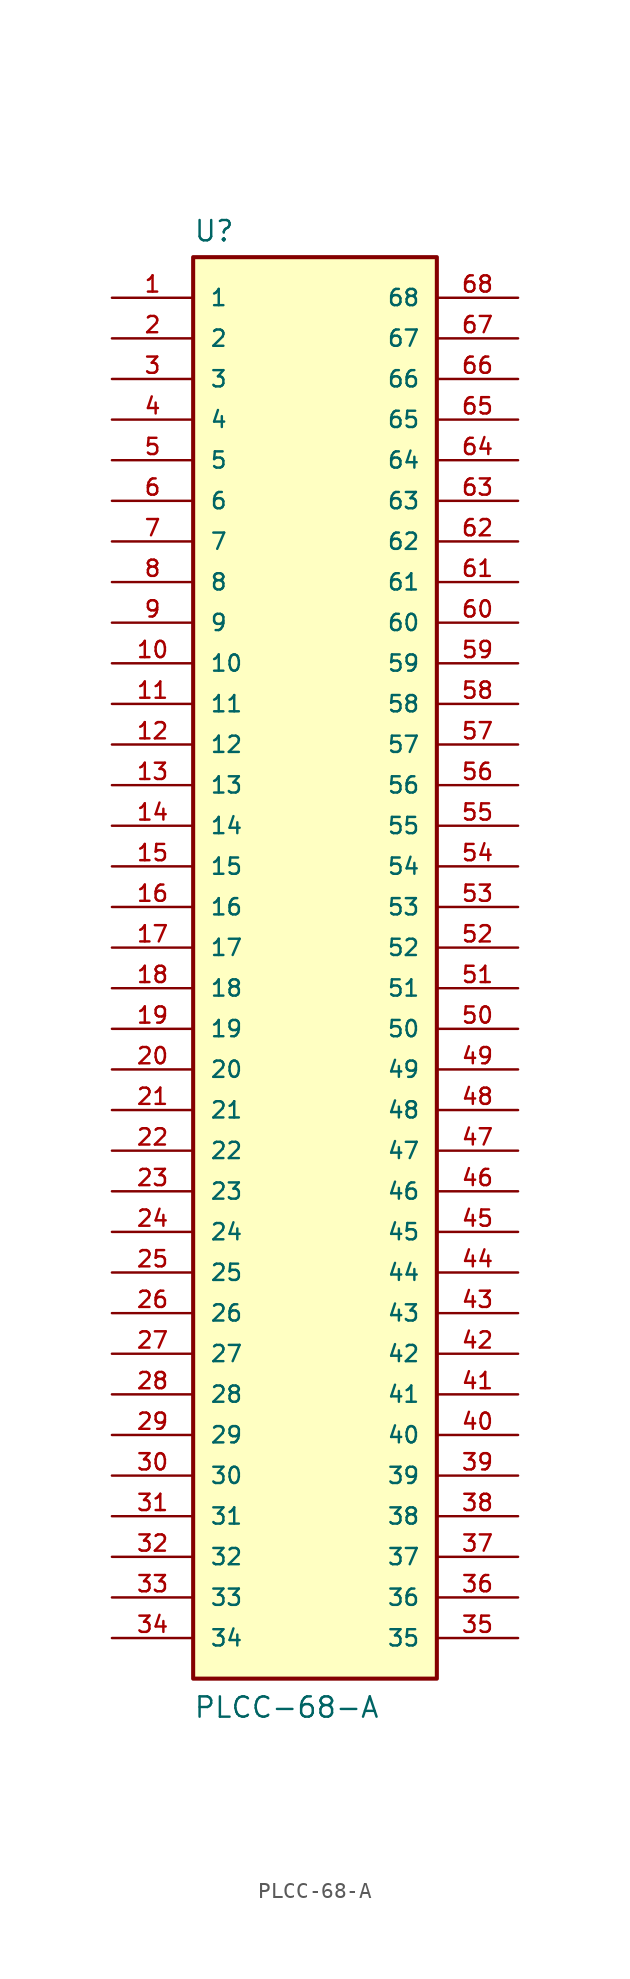
<source format=kicad_sym>
(kicad_symbol_lib
  (version 20211014)
  (generator kicad_symbol_editor)
  (symbol "PLCC-68-A"
    (pin_names
      (offset 1.016))
    (property "Reference" "U"
      (at -7.62 44.069 0)
      (effects (font (size 1.27 1.27)) (justify bottom left)))
    (property "Value" "PLCC-68-A"
      (at -7.62 -48.26 0)
      (effects (font (size 1.27 1.27)) (justify bottom left)))
    (symbol "PLCC-68-A_0_0"
      (rectangle (start -7.62 -45.72) (end 7.62 43.18) (stroke (width 0.254)) (fill (type background)))
      (pin passive line (at -12.7 40.64 0) (length 5.08) (name "1" (effects (font (size 1.016 1.016)))) (number "1" (effects (font (size 1.016 1.016)))))
      (pin passive line (at -12.7 35.56 0) (length 5.08) (name "3" (effects (font (size 1.016 1.016)))) (number "3" (effects (font (size 1.016 1.016)))))
      (pin passive line (at -12.7 30.48 0) (length 5.08) (name "5" (effects (font (size 1.016 1.016)))) (number "5" (effects (font (size 1.016 1.016)))))
      (pin passive line (at -12.7 25.4 0) (length 5.08) (name "7" (effects (font (size 1.016 1.016)))) (number "7" (effects (font (size 1.016 1.016)))))
      (pin passive line (at -12.7 20.32 0) (length 5.08) (name "9" (effects (font (size 1.016 1.016)))) (number "9" (effects (font (size 1.016 1.016)))))
      (pin passive line (at -12.7 15.24 0) (length 5.08) (name "11" (effects (font (size 1.016 1.016)))) (number "11" (effects (font (size 1.016 1.016)))))
      (pin passive line (at -12.7 10.16 0) (length 5.08) (name "13" (effects (font (size 1.016 1.016)))) (number "13" (effects (font (size 1.016 1.016)))))
      (pin passive line (at -12.7 5.08 0) (length 5.08) (name "15" (effects (font (size 1.016 1.016)))) (number "15" (effects (font (size 1.016 1.016)))))
      (pin passive line (at -12.7 0.0 0) (length 5.08) (name "17" (effects (font (size 1.016 1.016)))) (number "17" (effects (font (size 1.016 1.016)))))
      (pin passive line (at -12.7 -5.08 0) (length 5.08) (name "19" (effects (font (size 1.016 1.016)))) (number "19" (effects (font (size 1.016 1.016)))))
      (pin passive line (at -12.7 -10.16 0) (length 5.08) (name "21" (effects (font (size 1.016 1.016)))) (number "21" (effects (font (size 1.016 1.016)))))
      (pin passive line (at -12.7 -15.24 0) (length 5.08) (name "23" (effects (font (size 1.016 1.016)))) (number "23" (effects (font (size 1.016 1.016)))))
      (pin passive line (at -12.7 -20.32 0) (length 5.08) (name "25" (effects (font (size 1.016 1.016)))) (number "25" (effects (font (size 1.016 1.016)))))
      (pin passive line (at -12.7 -25.4 0) (length 5.08) (name "27" (effects (font (size 1.016 1.016)))) (number "27" (effects (font (size 1.016 1.016)))))
      (pin passive line (at -12.7 -30.48 0) (length 5.08) (name "29" (effects (font (size 1.016 1.016)))) (number "29" (effects (font (size 1.016 1.016)))))
      (pin passive line (at -12.7 -35.56 0) (length 5.08) (name "31" (effects (font (size 1.016 1.016)))) (number "31" (effects (font (size 1.016 1.016)))))
      (pin passive line (at -12.7 -40.64 0) (length 5.08) (name "33" (effects (font (size 1.016 1.016)))) (number "33" (effects (font (size 1.016 1.016)))))
      (pin passive line (at 12.7 -43.18 180.0) (length 5.08) (name "35" (effects (font (size 1.016 1.016)))) (number "35" (effects (font (size 1.016 1.016)))))
      (pin passive line (at 12.7 -38.1 180.0) (length 5.08) (name "37" (effects (font (size 1.016 1.016)))) (number "37" (effects (font (size 1.016 1.016)))))
      (pin passive line (at 12.7 -33.02 180.0) (length 5.08) (name "39" (effects (font (size 1.016 1.016)))) (number "39" (effects (font (size 1.016 1.016)))))
      (pin passive line (at 12.7 -27.94 180.0) (length 5.08) (name "41" (effects (font (size 1.016 1.016)))) (number "41" (effects (font (size 1.016 1.016)))))
      (pin passive line (at 12.7 -22.86 180.0) (length 5.08) (name "43" (effects (font (size 1.016 1.016)))) (number "43" (effects (font (size 1.016 1.016)))))
      (pin passive line (at 12.7 -17.78 180.0) (length 5.08) (name "45" (effects (font (size 1.016 1.016)))) (number "45" (effects (font (size 1.016 1.016)))))
      (pin passive line (at 12.7 -12.7 180.0) (length 5.08) (name "47" (effects (font (size 1.016 1.016)))) (number "47" (effects (font (size 1.016 1.016)))))
      (pin passive line (at 12.7 -7.62 180.0) (length 5.08) (name "49" (effects (font (size 1.016 1.016)))) (number "49" (effects (font (size 1.016 1.016)))))
      (pin passive line (at 12.7 -2.54 180.0) (length 5.08) (name "51" (effects (font (size 1.016 1.016)))) (number "51" (effects (font (size 1.016 1.016)))))
      (pin passive line (at 12.7 2.54 180.0) (length 5.08) (name "53" (effects (font (size 1.016 1.016)))) (number "53" (effects (font (size 1.016 1.016)))))
      (pin passive line (at 12.7 7.62 180.0) (length 5.08) (name "55" (effects (font (size 1.016 1.016)))) (number "55" (effects (font (size 1.016 1.016)))))
      (pin passive line (at 12.7 12.7 180.0) (length 5.08) (name "57" (effects (font (size 1.016 1.016)))) (number "57" (effects (font (size 1.016 1.016)))))
      (pin passive line (at 12.7 17.78 180.0) (length 5.08) (name "59" (effects (font (size 1.016 1.016)))) (number "59" (effects (font (size 1.016 1.016)))))
      (pin passive line (at 12.7 22.86 180.0) (length 5.08) (name "61" (effects (font (size 1.016 1.016)))) (number "61" (effects (font (size 1.016 1.016)))))
      (pin passive line (at 12.7 27.94 180.0) (length 5.08) (name "63" (effects (font (size 1.016 1.016)))) (number "63" (effects (font (size 1.016 1.016)))))
      (pin passive line (at 12.7 33.02 180.0) (length 5.08) (name "65" (effects (font (size 1.016 1.016)))) (number "65" (effects (font (size 1.016 1.016)))))
      (pin passive line (at 12.7 38.1 180.0) (length 5.08) (name "67" (effects (font (size 1.016 1.016)))) (number "67" (effects (font (size 1.016 1.016)))))
      (pin passive line (at -12.7 38.1 0) (length 5.08) (name "2" (effects (font (size 1.016 1.016)))) (number "2" (effects (font (size 1.016 1.016)))))
      (pin passive line (at -12.7 33.02 0) (length 5.08) (name "4" (effects (font (size 1.016 1.016)))) (number "4" (effects (font (size 1.016 1.016)))))
      (pin passive line (at -12.7 27.94 0) (length 5.08) (name "6" (effects (font (size 1.016 1.016)))) (number "6" (effects (font (size 1.016 1.016)))))
      (pin passive line (at -12.7 22.86 0) (length 5.08) (name "8" (effects (font (size 1.016 1.016)))) (number "8" (effects (font (size 1.016 1.016)))))
      (pin passive line (at -12.7 17.78 0) (length 5.08) (name "10" (effects (font (size 1.016 1.016)))) (number "10" (effects (font (size 1.016 1.016)))))
      (pin passive line (at -12.7 12.7 0) (length 5.08) (name "12" (effects (font (size 1.016 1.016)))) (number "12" (effects (font (size 1.016 1.016)))))
      (pin passive line (at -12.7 7.62 0) (length 5.08) (name "14" (effects (font (size 1.016 1.016)))) (number "14" (effects (font (size 1.016 1.016)))))
      (pin passive line (at -12.7 2.54 0) (length 5.08) (name "16" (effects (font (size 1.016 1.016)))) (number "16" (effects (font (size 1.016 1.016)))))
      (pin passive line (at -12.7 -2.54 0) (length 5.08) (name "18" (effects (font (size 1.016 1.016)))) (number "18" (effects (font (size 1.016 1.016)))))
      (pin passive line (at -12.7 -7.62 0) (length 5.08) (name "20" (effects (font (size 1.016 1.016)))) (number "20" (effects (font (size 1.016 1.016)))))
      (pin passive line (at -12.7 -12.7 0) (length 5.08) (name "22" (effects (font (size 1.016 1.016)))) (number "22" (effects (font (size 1.016 1.016)))))
      (pin passive line (at -12.7 -17.78 0) (length 5.08) (name "24" (effects (font (size 1.016 1.016)))) (number "24" (effects (font (size 1.016 1.016)))))
      (pin passive line (at -12.7 -22.86 0) (length 5.08) (name "26" (effects (font (size 1.016 1.016)))) (number "26" (effects (font (size 1.016 1.016)))))
      (pin passive line (at -12.7 -27.94 0) (length 5.08) (name "28" (effects (font (size 1.016 1.016)))) (number "28" (effects (font (size 1.016 1.016)))))
      (pin passive line (at -12.7 -33.02 0) (length 5.08) (name "30" (effects (font (size 1.016 1.016)))) (number "30" (effects (font (size 1.016 1.016)))))
      (pin passive line (at -12.7 -38.1 0) (length 5.08) (name "32" (effects (font (size 1.016 1.016)))) (number "32" (effects (font (size 1.016 1.016)))))
      (pin passive line (at -12.7 -43.18 0) (length 5.08) (name "34" (effects (font (size 1.016 1.016)))) (number "34" (effects (font (size 1.016 1.016)))))
      (pin passive line (at 12.7 -40.64 180.0) (length 5.08) (name "36" (effects (font (size 1.016 1.016)))) (number "36" (effects (font (size 1.016 1.016)))))
      (pin passive line (at 12.7 -35.56 180.0) (length 5.08) (name "38" (effects (font (size 1.016 1.016)))) (number "38" (effects (font (size 1.016 1.016)))))
      (pin passive line (at 12.7 -30.48 180.0) (length 5.08) (name "40" (effects (font (size 1.016 1.016)))) (number "40" (effects (font (size 1.016 1.016)))))
      (pin passive line (at 12.7 -25.4 180.0) (length 5.08) (name "42" (effects (font (size 1.016 1.016)))) (number "42" (effects (font (size 1.016 1.016)))))
      (pin passive line (at 12.7 -20.32 180.0) (length 5.08) (name "44" (effects (font (size 1.016 1.016)))) (number "44" (effects (font (size 1.016 1.016)))))
      (pin passive line (at 12.7 -15.24 180.0) (length 5.08) (name "46" (effects (font (size 1.016 1.016)))) (number "46" (effects (font (size 1.016 1.016)))))
      (pin passive line (at 12.7 -10.16 180.0) (length 5.08) (name "48" (effects (font (size 1.016 1.016)))) (number "48" (effects (font (size 1.016 1.016)))))
      (pin passive line (at 12.7 -5.08 180.0) (length 5.08) (name "50" (effects (font (size 1.016 1.016)))) (number "50" (effects (font (size 1.016 1.016)))))
      (pin passive line (at 12.7 0.0 180.0) (length 5.08) (name "52" (effects (font (size 1.016 1.016)))) (number "52" (effects (font (size 1.016 1.016)))))
      (pin passive line (at 12.7 5.08 180.0) (length 5.08) (name "54" (effects (font (size 1.016 1.016)))) (number "54" (effects (font (size 1.016 1.016)))))
      (pin passive line (at 12.7 10.16 180.0) (length 5.08) (name "56" (effects (font (size 1.016 1.016)))) (number "56" (effects (font (size 1.016 1.016)))))
      (pin passive line (at 12.7 15.24 180.0) (length 5.08) (name "58" (effects (font (size 1.016 1.016)))) (number "58" (effects (font (size 1.016 1.016)))))
      (pin passive line (at 12.7 20.32 180.0) (length 5.08) (name "60" (effects (font (size 1.016 1.016)))) (number "60" (effects (font (size 1.016 1.016)))))
      (pin passive line (at 12.7 25.4 180.0) (length 5.08) (name "62" (effects (font (size 1.016 1.016)))) (number "62" (effects (font (size 1.016 1.016)))))
      (pin passive line (at 12.7 30.48 180.0) (length 5.08) (name "64" (effects (font (size 1.016 1.016)))) (number "64" (effects (font (size 1.016 1.016)))))
      (pin passive line (at 12.7 35.56 180.0) (length 5.08) (name "66" (effects (font (size 1.016 1.016)))) (number "66" (effects (font (size 1.016 1.016)))))
      (pin passive line (at 12.7 40.64 180.0) (length 5.08) (name "68" (effects (font (size 1.016 1.016)))) (number "68" (effects (font (size 1.016 1.016))))))))
</source>
